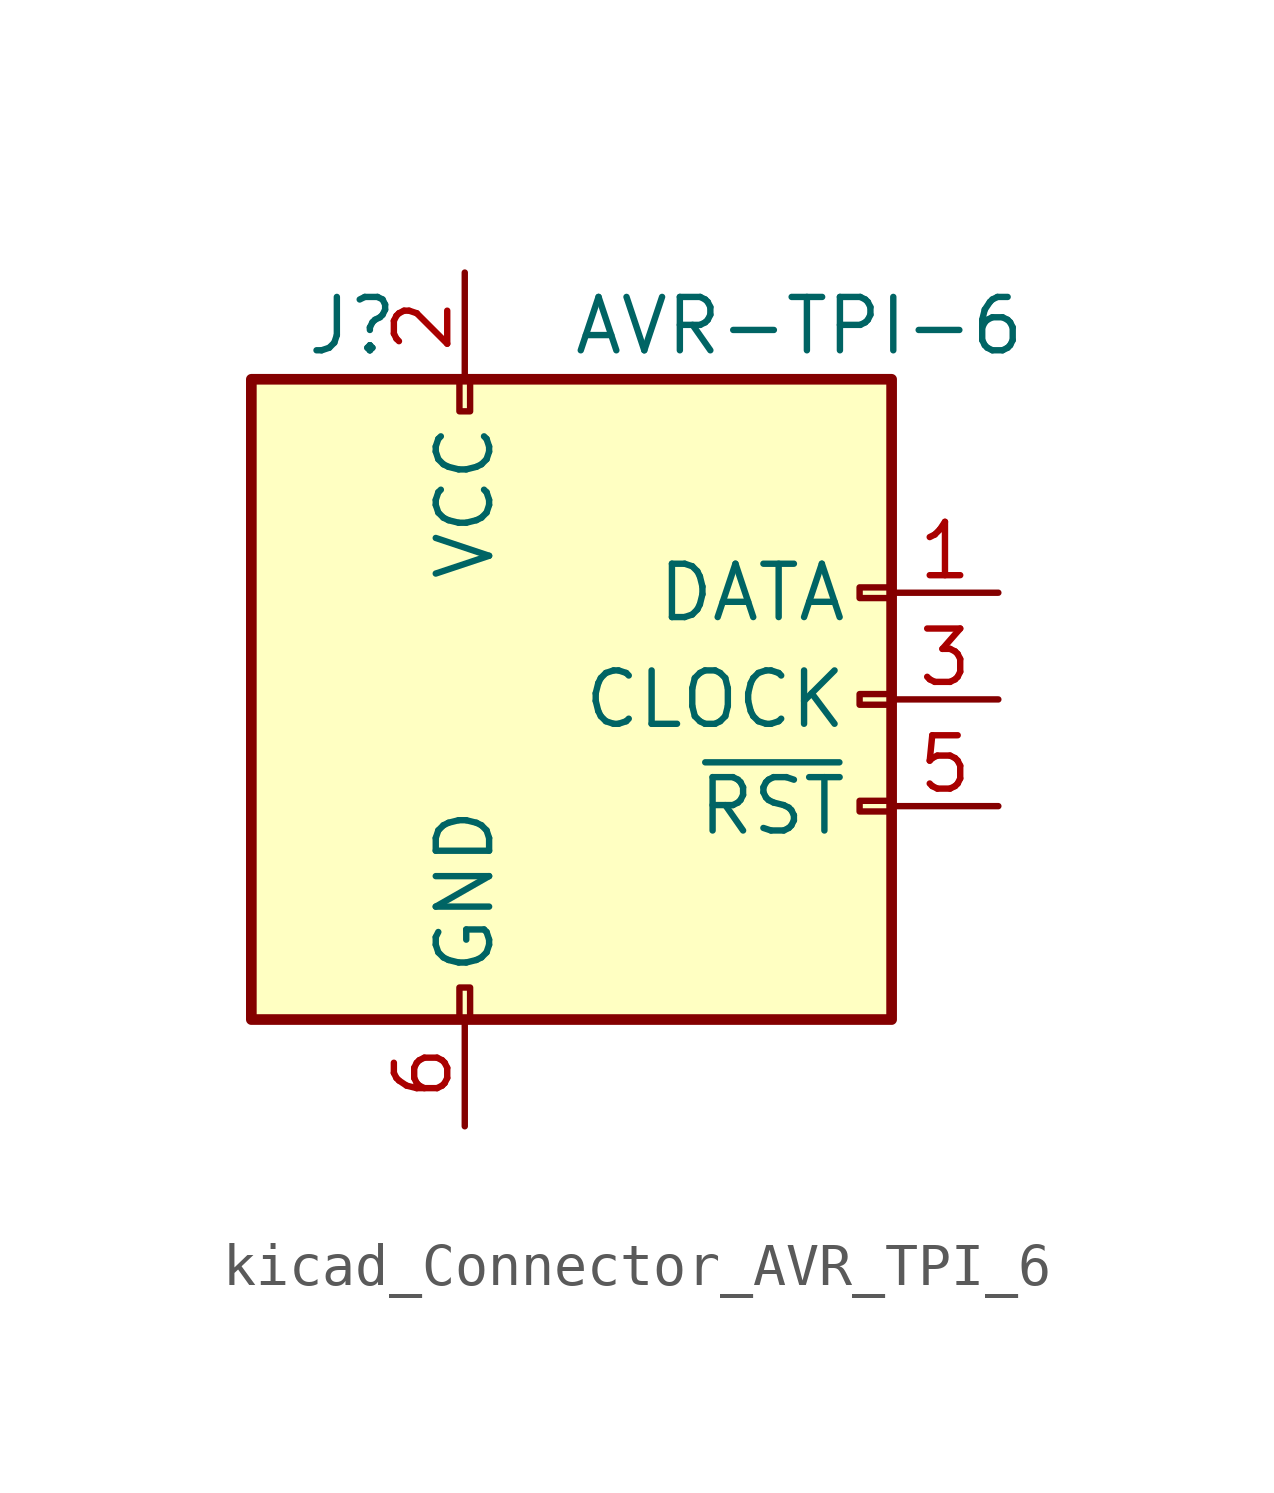
<source format=kicad_sym>
(kicad_symbol_lib
  (version 20220914)
  (generator kicad_symbol_editor)
  (symbol "kicad_Connector_AVR_TPI_6"
    (pin_names
      (offset 1.016))
    (property "Reference" "J"
      (at -6.35 8.89 0)
      (effects (font (size 1.27 1.27)) (justify left)))
    (property "Value" "AVR-TPI-6"
      (at 0 8.89 0)
      (effects (font (size 1.27 1.27)) (justify left)))
    (symbol "kicad_Connector_AVR_TPI_6_0_1"
      (rectangle (start -2.667 -6.858) (end -2.413 -7.62) (stroke (width 0) (type default)) (fill (type none)))
      (rectangle (start -2.667 7.62) (end -2.413 6.858) (stroke (width 0) (type default)) (fill (type none)))
      (rectangle (start 7.62 -2.413) (end 6.858 -2.667) (stroke (width 0) (type default)) (fill (type none)))
      (rectangle (start 7.62 0.127) (end 6.858 -0.127) (stroke (width 0) (type default)) (fill (type none)))
      (rectangle (start 7.62 2.667) (end 6.858 2.413) (stroke (width 0) (type default)) (fill (type none)))
      (rectangle (start 7.62 7.62) (end -7.62 -7.62) (stroke (width 0.254) (type default)) (fill (type background))))
    (symbol "kicad_Connector_AVR_TPI_6_1_1"
      (pin passive line (at 10.16 2.54 180) (length 2.54) (name "DATA" (effects (font (size 1.27 1.27)))) (number "1" (effects (font (size 1.27 1.27)))))
      (pin passive line (at -2.54 10.16 270) (length 2.54) (name "VCC" (effects (font (size 1.27 1.27)))) (number "2" (effects (font (size 1.27 1.27)))))
      (pin passive line (at 10.16 0 180) (length 2.54) (name "CLOCK" (effects (font (size 1.27 1.27)))) (number "3" (effects (font (size 1.27 1.27)))))
      (pin no_connect line (at 7.62 -5.08 180) (length 2.54) hide (name "NC" (effects (font (size 1.27 1.27)))) (number "4" (effects (font (size 1.27 1.27)))))
      (pin passive line (at 10.16 -2.54 180) (length 2.54) (name "~{RST}" (effects (font (size 1.27 1.27)))) (number "5" (effects (font (size 1.27 1.27)))))
      (pin passive line (at -2.54 -10.16 90) (length 2.54) (name "GND" (effects (font (size 1.27 1.27)))) (number "6" (effects (font (size 1.27 1.27))))))))
</source>
